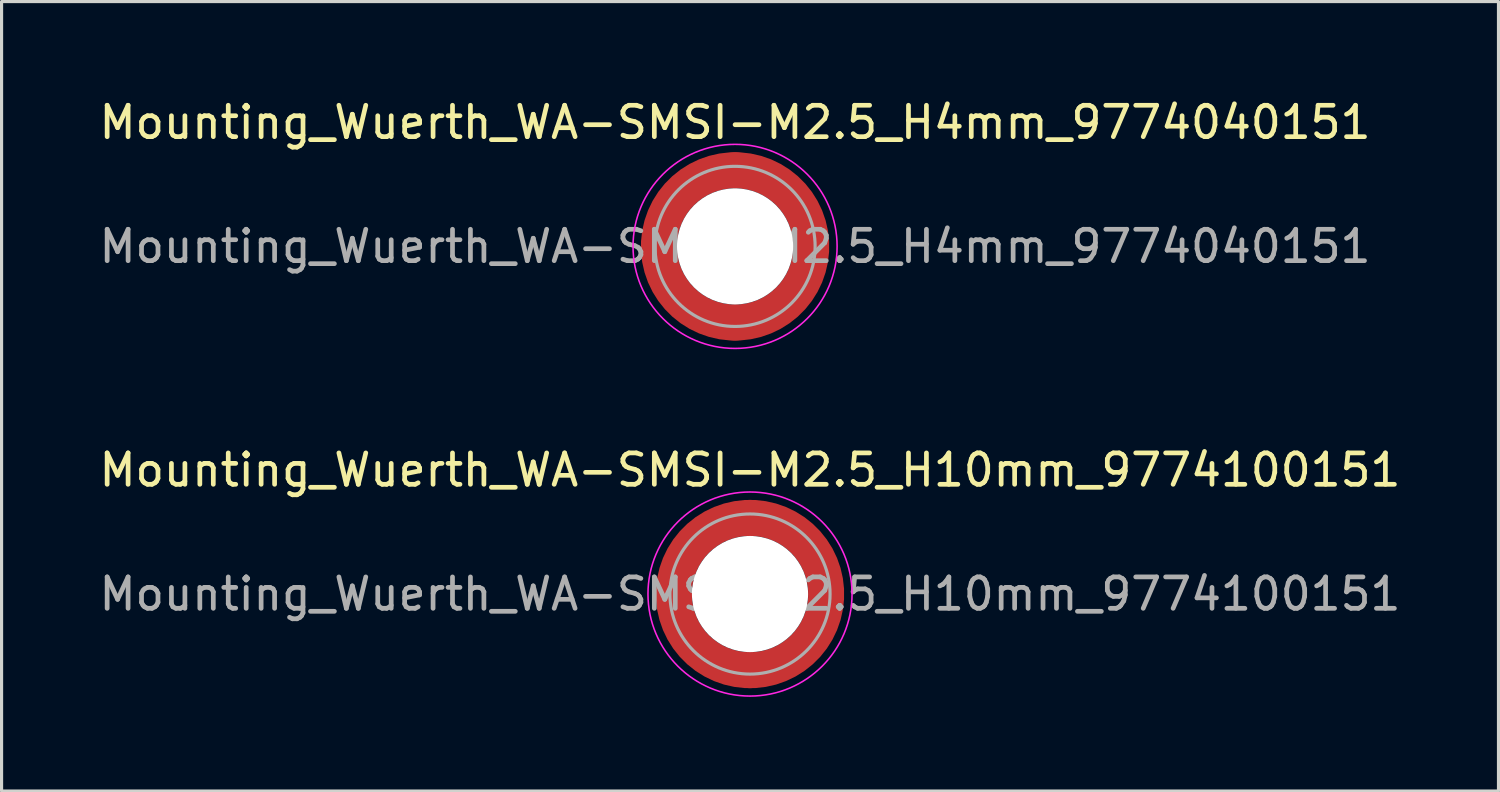
<source format=kicad_pcb>
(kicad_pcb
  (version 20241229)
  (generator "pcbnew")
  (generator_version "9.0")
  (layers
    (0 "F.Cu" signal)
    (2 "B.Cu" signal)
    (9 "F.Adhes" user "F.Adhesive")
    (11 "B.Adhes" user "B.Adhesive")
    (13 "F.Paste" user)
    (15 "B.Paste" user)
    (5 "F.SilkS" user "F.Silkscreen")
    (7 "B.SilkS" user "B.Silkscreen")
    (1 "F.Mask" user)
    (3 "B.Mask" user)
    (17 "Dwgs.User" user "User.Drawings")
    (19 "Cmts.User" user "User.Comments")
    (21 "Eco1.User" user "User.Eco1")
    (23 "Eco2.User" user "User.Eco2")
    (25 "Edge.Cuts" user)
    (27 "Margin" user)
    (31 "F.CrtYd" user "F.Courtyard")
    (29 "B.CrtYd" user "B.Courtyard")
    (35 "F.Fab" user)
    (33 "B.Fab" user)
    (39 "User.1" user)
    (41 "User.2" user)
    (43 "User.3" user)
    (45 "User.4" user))
  (footprint "Mounting_Wuerth_WA-SMSI-M2.5_H10mm_9774100151"
    (layer "F.Cu")
    (at 20.839 15.871)
    (property "Reference" "Mounting_Wuerth_WA-SMSI-M2.5_H10mm_9774100151" (at 0 -3.95 0) (layer "F.SilkS") (effects (font (size 1 1) (thickness 0.15))))
    (attr smd)
    (fp_circle (center 0 0) (end 3.25 0) (stroke (width 0.05) (type solid)) (fill no) (layer "F.CrtYd"))
    (fp_circle (center 0 0) (end 2.55 0) (stroke (width 0.1) (type solid)) (fill no) (layer "F.Fab"))
    (fp_text user "${REFERENCE}" (at 0 0 0) (layer "F.Fab") (effects (font (size 1 1) (thickness 0.15))))
    (pad "" smd custom (at -1.704 -1.704) (size 0.51 0.51) (layers "F.Paste") (options (anchor circle)) (primitives (gr_arc (start -0.250195 1.279127) (mid 0.289914 0.289914) (end 1.279127 -0.250195) (width 0.2)) (gr_arc (start -0.34334 1.279127) (mid 0.225488 0.225488) (end 1.279127 -0.34334) (width 0.2)) (gr_arc (start -0.436309 1.279127) (mid 0.161063 0.161063) (end 1.279127 -0.436309) (width 0.2)) (gr_arc (start -0.529126 1.279127) (mid 0.096638 0.096638) (end 1.279127 -0.529126) (width 0.2)) (gr_arc (start -0.621807 1.279127) (mid 0.032213 0.032213) (end 1.279127 -0.621807) (width 0.2)) (gr_arc (start -0.71437 1.279127) (mid -0.032213 -0.032213) (end 1.279127 -0.71437) (width 0.2)) (gr_arc (start -0.806826 1.279127) (mid -0.096638 -0.096638) (end 1.279127 -0.806826) (width 0.2)) (gr_arc (start -0.899187 1.279127) (mid -0.161063 -0.161063) (end 1.279127 -0.899187) (width 0.2)) (gr_arc (start -0.991463 1.279127) (mid -0.225488 -0.225488) (end 1.279127 -0.991463) (width 0.2)) (gr_arc (start -1.083663 1.279127) (mid -0.289914 -0.289914) (end 1.279127 -1.083663) (width 0.2)) (gr_line (start 1.279 -0.25) (end 1.279 -1.084) (width 0.2)) (gr_line (start -0.25 1.279) (end -1.084 1.279) (width 0.2))))
    (pad "" smd custom (at -1.704 1.704) (size 0.51 0.51) (layers "F.Paste") (options (anchor circle)) (primitives (gr_arc (start 1.279127 0.250195) (mid 0.289914 -0.289914) (end -0.250195 -1.279127) (width 0.2)) (gr_arc (start 1.279127 0.34334) (mid 0.225488 -0.225488) (end -0.34334 -1.279127) (width 0.2)) (gr_arc (start 1.279127 0.436309) (mid 0.161063 -0.161063) (end -0.436309 -1.279127) (width 0.2)) (gr_arc (start 1.279127 0.529126) (mid 0.096638 -0.096638) (end -0.529126 -1.279127) (width 0.2)) (gr_arc (start 1.279127 0.621807) (mid 0.032213 -0.032213) (end -0.621807 -1.279127) (width 0.2)) (gr_arc (start 1.279127 0.71437) (mid -0.032213 0.032213) (end -0.71437 -1.279127) (width 0.2)) (gr_arc (start 1.279127 0.806826) (mid -0.096638 0.096638) (end -0.806826 -1.279127) (width 0.2)) (gr_arc (start 1.279127 0.899187) (mid -0.161063 0.161063) (end -0.899187 -1.279127) (width 0.2)) (gr_arc (start 1.279127 0.991463) (mid -0.225488 0.225488) (end -0.991463 -1.279127) (width 0.2)) (gr_arc (start 1.279127 1.083663) (mid -0.289914 0.289914) (end -1.083663 -1.279127) (width 0.2)) (gr_line (start -0.25 -1.279) (end -1.084 -1.279) (width 0.2)) (gr_line (start 1.279 0.25) (end 1.279 1.084) (width 0.2))))
    (pad "" np_thru_hole circle (at 0 0) (size 3.7 3.7) (drill 3.7) (layers "*.Cu" "*.Mask"))
    (pad "" smd custom (at 1.704 -1.704) (size 0.51 0.51) (layers "F.Paste") (options (anchor circle)) (primitives (gr_arc (start -1.279127 -0.250195) (mid -0.289914 0.289914) (end 0.250195 1.279127) (width 0.2)) (gr_arc (start -1.279127 -0.34334) (mid -0.225488 0.225488) (end 0.34334 1.279127) (width 0.2)) (gr_arc (start -1.279127 -0.436309) (mid -0.161063 0.161063) (end 0.436309 1.279127) (width 0.2)) (gr_arc (start -1.279127 -0.529126) (mid -0.096638 0.096638) (end 0.529126 1.279127) (width 0.2)) (gr_arc (start -1.279127 -0.621807) (mid -0.032213 0.032213) (end 0.621807 1.279127) (width 0.2)) (gr_arc (start -1.279127 -0.71437) (mid 0.032213 -0.032213) (end 0.71437 1.279127) (width 0.2)) (gr_arc (start -1.279127 -0.806826) (mid 0.096638 -0.096638) (end 0.806826 1.279127) (width 0.2)) (gr_arc (start -1.279127 -0.899187) (mid 0.161063 -0.161063) (end 0.899187 1.279127) (width 0.2)) (gr_arc (start -1.279127 -0.991463) (mid 0.225488 -0.225488) (end 0.991463 1.279127) (width 0.2)) (gr_arc (start -1.279127 -1.083663) (mid 0.289914 -0.289914) (end 1.083663 1.279127) (width 0.2)) (gr_line (start 0.25 1.279) (end 1.084 1.279) (width 0.2)) (gr_line (start -1.279 -0.25) (end -1.279 -1.084) (width 0.2))))
    (pad "" smd custom (at 1.704 1.704) (size 0.51 0.51) (layers "F.Paste") (options (anchor circle)) (primitives (gr_arc (start 0.250195 -1.279127) (mid -0.289914 -0.289914) (end -1.279127 0.250195) (width 0.2)) (gr_arc (start 0.34334 -1.279127) (mid -0.225488 -0.225488) (end -1.279127 0.34334) (width 0.2)) (gr_arc (start 0.436309 -1.279127) (mid -0.161063 -0.161063) (end -1.279127 0.436309) (width 0.2)) (gr_arc (start 0.529126 -1.279127) (mid -0.096638 -0.096638) (end -1.279127 0.529126) (width 0.2)) (gr_arc (start 0.621807 -1.279127) (mid -0.032213 -0.032213) (end -1.279127 0.621807) (width 0.2)) (gr_arc (start 0.71437 -1.279127) (mid 0.032213 0.032213) (end -1.279127 0.71437) (width 0.2)) (gr_arc (start 0.806826 -1.279127) (mid 0.096638 0.096638) (end -1.279127 0.806826) (width 0.2)) (gr_arc (start 0.899187 -1.279127) (mid 0.161063 0.161063) (end -1.279127 0.899187) (width 0.2)) (gr_arc (start 0.991463 -1.279127) (mid 0.225488 0.225488) (end -1.279127 0.991463) (width 0.2)) (gr_arc (start 1.083663 -1.279127) (mid 0.289914 0.289914) (end -1.279127 1.083663) (width 0.2)) (gr_line (start -1.279 0.25) (end -1.279 1.084) (width 0.2)) (gr_line (start 0.25 -1.279) (end 1.084 -1.279) (width 0.2))))
    (pad "1" smd circle (at -2.425 0) (size 1.15 1.15) (layers "F.Cu"))
    (pad "1" smd circle (at 0 -2.425) (size 1.15 1.15) (layers "F.Cu"))
    (pad "1" smd circle (at 0 2.425) (size 1.15 1.15) (layers "F.Cu"))
    (pad "1" smd custom (at 2.425 0) (size 1.15 1.15) (layers "F.Cu" "F.Mask") (options (anchor circle)) (primitives (gr_circle (center -2.425 0) (end 0 0) (width 1.15) (fill no)))))
  (footprint "Mounting_Wuerth_WA-SMSI-M2.5_H4mm_9774040151"
    (layer "F.Cu")
    (at 20.363 4.798)
    (property "Reference" "Mounting_Wuerth_WA-SMSI-M2.5_H4mm_9774040151" (at 0 -3.95 0) (layer "F.SilkS") (effects (font (size 1 1) (thickness 0.15))))
    (attr smd)
    (fp_circle (center 0 0) (end 3.25 0) (stroke (width 0.05) (type solid)) (fill no) (layer "F.CrtYd"))
    (fp_circle (center 0 0) (end 2.55 0) (stroke (width 0.1) (type solid)) (fill no) (layer "F.Fab"))
    (fp_text user "${REFERENCE}" (at 0 0 0) (layer "F.Fab") (effects (font (size 1 1) (thickness 0.15))))
    (pad "" smd custom (at -1.704 -1.704) (size 0.51 0.51) (layers "F.Paste") (options (anchor circle)) (primitives (gr_arc (start -0.250195 1.279127) (mid 0.289914 0.289914) (end 1.279127 -0.250195) (width 0.2)) (gr_arc (start -0.34334 1.279127) (mid 0.225488 0.225488) (end 1.279127 -0.34334) (width 0.2)) (gr_arc (start -0.436309 1.279127) (mid 0.161063 0.161063) (end 1.279127 -0.436309) (width 0.2)) (gr_arc (start -0.529126 1.279127) (mid 0.096638 0.096638) (end 1.279127 -0.529126) (width 0.2)) (gr_arc (start -0.621807 1.279127) (mid 0.032213 0.032213) (end 1.279127 -0.621807) (width 0.2)) (gr_arc (start -0.71437 1.279127) (mid -0.032213 -0.032213) (end 1.279127 -0.71437) (width 0.2)) (gr_arc (start -0.806826 1.279127) (mid -0.096638 -0.096638) (end 1.279127 -0.806826) (width 0.2)) (gr_arc (start -0.899187 1.279127) (mid -0.161063 -0.161063) (end 1.279127 -0.899187) (width 0.2)) (gr_arc (start -0.991463 1.279127) (mid -0.225488 -0.225488) (end 1.279127 -0.991463) (width 0.2)) (gr_arc (start -1.083663 1.279127) (mid -0.289914 -0.289914) (end 1.279127 -1.083663) (width 0.2)) (gr_line (start 1.279 -0.25) (end 1.279 -1.084) (width 0.2)) (gr_line (start -0.25 1.279) (end -1.084 1.279) (width 0.2))))
    (pad "" smd custom (at -1.704 1.704) (size 0.51 0.51) (layers "F.Paste") (options (anchor circle)) (primitives (gr_arc (start 1.279127 0.250195) (mid 0.289914 -0.289914) (end -0.250195 -1.279127) (width 0.2)) (gr_arc (start 1.279127 0.34334) (mid 0.225488 -0.225488) (end -0.34334 -1.279127) (width 0.2)) (gr_arc (start 1.279127 0.436309) (mid 0.161063 -0.161063) (end -0.436309 -1.279127) (width 0.2)) (gr_arc (start 1.279127 0.529126) (mid 0.096638 -0.096638) (end -0.529126 -1.279127) (width 0.2)) (gr_arc (start 1.279127 0.621807) (mid 0.032213 -0.032213) (end -0.621807 -1.279127) (width 0.2)) (gr_arc (start 1.279127 0.71437) (mid -0.032213 0.032213) (end -0.71437 -1.279127) (width 0.2)) (gr_arc (start 1.279127 0.806826) (mid -0.096638 0.096638) (end -0.806826 -1.279127) (width 0.2)) (gr_arc (start 1.279127 0.899187) (mid -0.161063 0.161063) (end -0.899187 -1.279127) (width 0.2)) (gr_arc (start 1.279127 0.991463) (mid -0.225488 0.225488) (end -0.991463 -1.279127) (width 0.2)) (gr_arc (start 1.279127 1.083663) (mid -0.289914 0.289914) (end -1.083663 -1.279127) (width 0.2)) (gr_line (start -0.25 -1.279) (end -1.084 -1.279) (width 0.2)) (gr_line (start 1.279 0.25) (end 1.279 1.084) (width 0.2))))
    (pad "" np_thru_hole circle (at 0 0) (size 3.7 3.7) (drill 3.7) (layers "*.Cu" "*.Mask"))
    (pad "" smd custom (at 1.704 -1.704) (size 0.51 0.51) (layers "F.Paste") (options (anchor circle)) (primitives (gr_arc (start -1.279127 -0.250195) (mid -0.289914 0.289914) (end 0.250195 1.279127) (width 0.2)) (gr_arc (start -1.279127 -0.34334) (mid -0.225488 0.225488) (end 0.34334 1.279127) (width 0.2)) (gr_arc (start -1.279127 -0.436309) (mid -0.161063 0.161063) (end 0.436309 1.279127) (width 0.2)) (gr_arc (start -1.279127 -0.529126) (mid -0.096638 0.096638) (end 0.529126 1.279127) (width 0.2)) (gr_arc (start -1.279127 -0.621807) (mid -0.032213 0.032213) (end 0.621807 1.279127) (width 0.2)) (gr_arc (start -1.279127 -0.71437) (mid 0.032213 -0.032213) (end 0.71437 1.279127) (width 0.2)) (gr_arc (start -1.279127 -0.806826) (mid 0.096638 -0.096638) (end 0.806826 1.279127) (width 0.2)) (gr_arc (start -1.279127 -0.899187) (mid 0.161063 -0.161063) (end 0.899187 1.279127) (width 0.2)) (gr_arc (start -1.279127 -0.991463) (mid 0.225488 -0.225488) (end 0.991463 1.279127) (width 0.2)) (gr_arc (start -1.279127 -1.083663) (mid 0.289914 -0.289914) (end 1.083663 1.279127) (width 0.2)) (gr_line (start 0.25 1.279) (end 1.084 1.279) (width 0.2)) (gr_line (start -1.279 -0.25) (end -1.279 -1.084) (width 0.2))))
    (pad "" smd custom (at 1.704 1.704) (size 0.51 0.51) (layers "F.Paste") (options (anchor circle)) (primitives (gr_arc (start 0.250195 -1.279127) (mid -0.289914 -0.289914) (end -1.279127 0.250195) (width 0.2)) (gr_arc (start 0.34334 -1.279127) (mid -0.225488 -0.225488) (end -1.279127 0.34334) (width 0.2)) (gr_arc (start 0.436309 -1.279127) (mid -0.161063 -0.161063) (end -1.279127 0.436309) (width 0.2)) (gr_arc (start 0.529126 -1.279127) (mid -0.096638 -0.096638) (end -1.279127 0.529126) (width 0.2)) (gr_arc (start 0.621807 -1.279127) (mid -0.032213 -0.032213) (end -1.279127 0.621807) (width 0.2)) (gr_arc (start 0.71437 -1.279127) (mid 0.032213 0.032213) (end -1.279127 0.71437) (width 0.2)) (gr_arc (start 0.806826 -1.279127) (mid 0.096638 0.096638) (end -1.279127 0.806826) (width 0.2)) (gr_arc (start 0.899187 -1.279127) (mid 0.161063 0.161063) (end -1.279127 0.899187) (width 0.2)) (gr_arc (start 0.991463 -1.279127) (mid 0.225488 0.225488) (end -1.279127 0.991463) (width 0.2)) (gr_arc (start 1.083663 -1.279127) (mid 0.289914 0.289914) (end -1.279127 1.083663) (width 0.2)) (gr_line (start -1.279 0.25) (end -1.279 1.084) (width 0.2)) (gr_line (start 0.25 -1.279) (end 1.084 -1.279) (width 0.2))))
    (pad "1" smd circle (at -2.425 0) (size 1.15 1.15) (layers "F.Cu"))
    (pad "1" smd circle (at 0 -2.425) (size 1.15 1.15) (layers "F.Cu"))
    (pad "1" smd circle (at 0 2.425) (size 1.15 1.15) (layers "F.Cu"))
    (pad "1" smd custom (at 2.425 0) (size 1.15 1.15) (layers "F.Cu" "F.Mask") (options (anchor circle)) (primitives (gr_circle (center -2.425 0) (end 0 0) (width 1.15) (fill no)))))
  (gr_rect
    (start -3 -3)
    (end 44.679 22.146)
    (stroke (width 0.1) (type default))
    (fill no)
    (layer "Edge.Cuts")))
</source>
